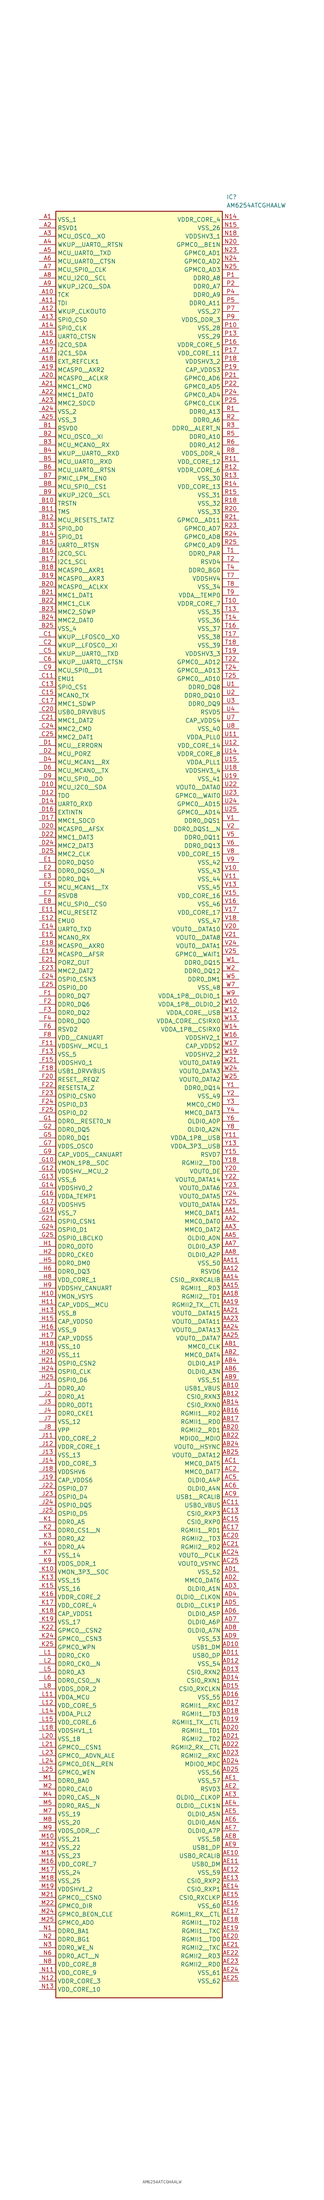
<source format=kicad_sym>
(kicad_symbol_lib
  (version 20211014)
  (generator SamacSys_ECAD_Model)
  (symbol "AM6254ATCGHAALW"
    (property "Reference" "IC"
      (at 57.15 7.62 0)
      (effects (font (size 1.27 1.27)) (justify left top)))
    (property "Value" "AM6254ATCGHAALW"
      (at 57.15 5.08 0)
      (effects (font (size 1.27 1.27)) (justify left top)))
    (rectangle
      (start 5.08 2.54)
      (end 55.88 -541.02)
      (stroke (width 0.254) (type default))
      (fill (type background)))
    (pin passive line
      (at 0 0 0)
      (length 5.08)
      (name "VSS_1" (effects (font (size 1.27 1.27))))
      (number "A1" (effects (font (size 1.27 1.27)))))
    (pin passive line
      (at 0 -2.54 0)
      (length 5.08)
      (name "RSVD1" (effects (font (size 1.27 1.27))))
      (number "A2" (effects (font (size 1.27 1.27)))))
    (pin passive line
      (at 0 -5.08 0)
      (length 5.08)
      (name "MCU_OSC0__XO" (effects (font (size 1.27 1.27))))
      (number "A3" (effects (font (size 1.27 1.27)))))
    (pin passive line
      (at 0 -7.62 0)
      (length 5.08)
      (name "WKUP__UART0__RTSN" (effects (font (size 1.27 1.27))))
      (number "A4" (effects (font (size 1.27 1.27)))))
    (pin passive line
      (at 0 -10.16 0)
      (length 5.08)
      (name "MCU_UART0__TXD" (effects (font (size 1.27 1.27))))
      (number "A5" (effects (font (size 1.27 1.27)))))
    (pin passive line
      (at 0 -12.7 0)
      (length 5.08)
      (name "MCU_UART0__CTSN" (effects (font (size 1.27 1.27))))
      (number "A6" (effects (font (size 1.27 1.27)))))
    (pin passive line
      (at 0 -15.24 0)
      (length 5.08)
      (name "MCU_SPI0__CLK" (effects (font (size 1.27 1.27))))
      (number "A7" (effects (font (size 1.27 1.27)))))
    (pin passive line
      (at 0 -17.78 0)
      (length 5.08)
      (name "MCU_I2C0__SCL" (effects (font (size 1.27 1.27))))
      (number "A8" (effects (font (size 1.27 1.27)))))
    (pin passive line
      (at 0 -20.32 0)
      (length 5.08)
      (name "WKUP_I2C0__SDA" (effects (font (size 1.27 1.27))))
      (number "A9" (effects (font (size 1.27 1.27)))))
    (pin passive line
      (at 0 -22.86 0)
      (length 5.08)
      (name "TCK" (effects (font (size 1.27 1.27))))
      (number "A10" (effects (font (size 1.27 1.27)))))
    (pin passive line
      (at 0 -25.4 0)
      (length 5.08)
      (name "TDI" (effects (font (size 1.27 1.27))))
      (number "A11" (effects (font (size 1.27 1.27)))))
    (pin passive line
      (at 0 -27.94 0)
      (length 5.08)
      (name "WKUP_CLKOUT0" (effects (font (size 1.27 1.27))))
      (number "A12" (effects (font (size 1.27 1.27)))))
    (pin passive line
      (at 0 -30.48 0)
      (length 5.08)
      (name "SPI0_CS0" (effects (font (size 1.27 1.27))))
      (number "A13" (effects (font (size 1.27 1.27)))))
    (pin passive line
      (at 0 -33.02 0)
      (length 5.08)
      (name "SPI0_CLK" (effects (font (size 1.27 1.27))))
      (number "A14" (effects (font (size 1.27 1.27)))))
    (pin passive line
      (at 0 -35.56 0)
      (length 5.08)
      (name "UART0_CTSN" (effects (font (size 1.27 1.27))))
      (number "A15" (effects (font (size 1.27 1.27)))))
    (pin passive line
      (at 0 -38.1 0)
      (length 5.08)
      (name "I2C0_SDA" (effects (font (size 1.27 1.27))))
      (number "A16" (effects (font (size 1.27 1.27)))))
    (pin passive line
      (at 0 -40.64 0)
      (length 5.08)
      (name "I2C1_SDA" (effects (font (size 1.27 1.27))))
      (number "A17" (effects (font (size 1.27 1.27)))))
    (pin passive line
      (at 0 -43.18 0)
      (length 5.08)
      (name "EXT_REFCLK1" (effects (font (size 1.27 1.27))))
      (number "A18" (effects (font (size 1.27 1.27)))))
    (pin passive line
      (at 0 -45.72 0)
      (length 5.08)
      (name "MCASP0__AXR2" (effects (font (size 1.27 1.27))))
      (number "A19" (effects (font (size 1.27 1.27)))))
    (pin passive line
      (at 0 -48.26 0)
      (length 5.08)
      (name "MCASP0__ACLKR" (effects (font (size 1.27 1.27))))
      (number "A20" (effects (font (size 1.27 1.27)))))
    (pin passive line
      (at 0 -50.8 0)
      (length 5.08)
      (name "MMC1_CMD" (effects (font (size 1.27 1.27))))
      (number "A21" (effects (font (size 1.27 1.27)))))
    (pin passive line
      (at 0 -53.34 0)
      (length 5.08)
      (name "MMC1_DAT0" (effects (font (size 1.27 1.27))))
      (number "A22" (effects (font (size 1.27 1.27)))))
    (pin passive line
      (at 0 -55.88 0)
      (length 5.08)
      (name "MMC2_SDCD" (effects (font (size 1.27 1.27))))
      (number "A23" (effects (font (size 1.27 1.27)))))
    (pin passive line
      (at 0 -58.42 0)
      (length 5.08)
      (name "VSS_2" (effects (font (size 1.27 1.27))))
      (number "A24" (effects (font (size 1.27 1.27)))))
    (pin passive line
      (at 0 -60.96 0)
      (length 5.08)
      (name "VSS_3" (effects (font (size 1.27 1.27))))
      (number "A25" (effects (font (size 1.27 1.27)))))
    (pin passive line
      (at 0 -63.5 0)
      (length 5.08)
      (name "RSVD0" (effects (font (size 1.27 1.27))))
      (number "B1" (effects (font (size 1.27 1.27)))))
    (pin passive line
      (at 0 -66.04 0)
      (length 5.08)
      (name "MCU_OSC0__XI" (effects (font (size 1.27 1.27))))
      (number "B2" (effects (font (size 1.27 1.27)))))
    (pin passive line
      (at 0 -68.58 0)
      (length 5.08)
      (name "MCU_MCAN0__RX" (effects (font (size 1.27 1.27))))
      (number "B3" (effects (font (size 1.27 1.27)))))
    (pin passive line
      (at 0 -71.12 0)
      (length 5.08)
      (name "WKUP__UART0__RXD" (effects (font (size 1.27 1.27))))
      (number "B4" (effects (font (size 1.27 1.27)))))
    (pin passive line
      (at 0 -73.66 0)
      (length 5.08)
      (name "MCU_UART0__RXD" (effects (font (size 1.27 1.27))))
      (number "B5" (effects (font (size 1.27 1.27)))))
    (pin passive line
      (at 0 -76.2 0)
      (length 5.08)
      (name "MCU_UART0__RTSN" (effects (font (size 1.27 1.27))))
      (number "B6" (effects (font (size 1.27 1.27)))))
    (pin passive line
      (at 0 -78.74 0)
      (length 5.08)
      (name "PMIC_LPM__EN0" (effects (font (size 1.27 1.27))))
      (number "B7" (effects (font (size 1.27 1.27)))))
    (pin passive line
      (at 0 -81.28 0)
      (length 5.08)
      (name "MCU_SPI0__CS1" (effects (font (size 1.27 1.27))))
      (number "B8" (effects (font (size 1.27 1.27)))))
    (pin passive line
      (at 0 -83.82 0)
      (length 5.08)
      (name "WKUP_I2C0__SCL" (effects (font (size 1.27 1.27))))
      (number "B9" (effects (font (size 1.27 1.27)))))
    (pin passive line
      (at 0 -86.36 0)
      (length 5.08)
      (name "TRSTN" (effects (font (size 1.27 1.27))))
      (number "B10" (effects (font (size 1.27 1.27)))))
    (pin passive line
      (at 0 -88.9 0)
      (length 5.08)
      (name "TMS" (effects (font (size 1.27 1.27))))
      (number "B11" (effects (font (size 1.27 1.27)))))
    (pin passive line
      (at 0 -91.44 0)
      (length 5.08)
      (name "MCU_RESETS_TATZ" (effects (font (size 1.27 1.27))))
      (number "B12" (effects (font (size 1.27 1.27)))))
    (pin passive line
      (at 0 -93.98 0)
      (length 5.08)
      (name "SPI0_D0" (effects (font (size 1.27 1.27))))
      (number "B13" (effects (font (size 1.27 1.27)))))
    (pin passive line
      (at 0 -96.52 0)
      (length 5.08)
      (name "SPI0_D1" (effects (font (size 1.27 1.27))))
      (number "B14" (effects (font (size 1.27 1.27)))))
    (pin passive line
      (at 0 -99.06 0)
      (length 5.08)
      (name "UART0__RTSN" (effects (font (size 1.27 1.27))))
      (number "B15" (effects (font (size 1.27 1.27)))))
    (pin passive line
      (at 0 -101.6 0)
      (length 5.08)
      (name "I2C0_SCL" (effects (font (size 1.27 1.27))))
      (number "B16" (effects (font (size 1.27 1.27)))))
    (pin passive line
      (at 0 -104.14 0)
      (length 5.08)
      (name "I2C1_SCL" (effects (font (size 1.27 1.27))))
      (number "B17" (effects (font (size 1.27 1.27)))))
    (pin passive line
      (at 0 -106.68 0)
      (length 5.08)
      (name "MCASP0__AXR1" (effects (font (size 1.27 1.27))))
      (number "B18" (effects (font (size 1.27 1.27)))))
    (pin passive line
      (at 0 -109.22 0)
      (length 5.08)
      (name "MCASP0__AXR3" (effects (font (size 1.27 1.27))))
      (number "B19" (effects (font (size 1.27 1.27)))))
    (pin passive line
      (at 0 -111.76 0)
      (length 5.08)
      (name "MCASP0__ACLKX" (effects (font (size 1.27 1.27))))
      (number "B20" (effects (font (size 1.27 1.27)))))
    (pin passive line
      (at 0 -114.3 0)
      (length 5.08)
      (name "MMC1_DAT1" (effects (font (size 1.27 1.27))))
      (number "B21" (effects (font (size 1.27 1.27)))))
    (pin passive line
      (at 0 -116.84 0)
      (length 5.08)
      (name "MMC1_CLK" (effects (font (size 1.27 1.27))))
      (number "B22" (effects (font (size 1.27 1.27)))))
    (pin passive line
      (at 0 -119.38 0)
      (length 5.08)
      (name "MMC2_SDWP" (effects (font (size 1.27 1.27))))
      (number "B23" (effects (font (size 1.27 1.27)))))
    (pin passive line
      (at 0 -121.92 0)
      (length 5.08)
      (name "MMC2_DAT0" (effects (font (size 1.27 1.27))))
      (number "B24" (effects (font (size 1.27 1.27)))))
    (pin passive line
      (at 0 -124.46 0)
      (length 5.08)
      (name "VSS_4" (effects (font (size 1.27 1.27))))
      (number "B25" (effects (font (size 1.27 1.27)))))
    (pin passive line
      (at 0 -127 0)
      (length 5.08)
      (name "WKUP__LFOSC0__XO" (effects (font (size 1.27 1.27))))
      (number "C1" (effects (font (size 1.27 1.27)))))
    (pin passive line
      (at 0 -129.54 0)
      (length 5.08)
      (name "WKUP__LFOSC0__XI" (effects (font (size 1.27 1.27))))
      (number "C2" (effects (font (size 1.27 1.27)))))
    (pin passive line
      (at 0 -132.08 0)
      (length 5.08)
      (name "WKUP__UART0__TXD" (effects (font (size 1.27 1.27))))
      (number "C5" (effects (font (size 1.27 1.27)))))
    (pin passive line
      (at 0 -134.62 0)
      (length 5.08)
      (name "WKUP__UART0__CTSN" (effects (font (size 1.27 1.27))))
      (number "C6" (effects (font (size 1.27 1.27)))))
    (pin passive line
      (at 0 -137.16 0)
      (length 5.08)
      (name "MCU_SPI0__D1" (effects (font (size 1.27 1.27))))
      (number "C9" (effects (font (size 1.27 1.27)))))
    (pin passive line
      (at 0 -139.7 0)
      (length 5.08)
      (name "EMU1" (effects (font (size 1.27 1.27))))
      (number "C11" (effects (font (size 1.27 1.27)))))
    (pin passive line
      (at 0 -142.24 0)
      (length 5.08)
      (name "SPI0_CS1" (effects (font (size 1.27 1.27))))
      (number "C13" (effects (font (size 1.27 1.27)))))
    (pin passive line
      (at 0 -144.78 0)
      (length 5.08)
      (name "MCAN0_TX" (effects (font (size 1.27 1.27))))
      (number "C15" (effects (font (size 1.27 1.27)))))
    (pin passive line
      (at 0 -147.32 0)
      (length 5.08)
      (name "MMC1_SDWP" (effects (font (size 1.27 1.27))))
      (number "C17" (effects (font (size 1.27 1.27)))))
    (pin passive line
      (at 0 -149.86 0)
      (length 5.08)
      (name "USB0_DRVVBUS" (effects (font (size 1.27 1.27))))
      (number "C20" (effects (font (size 1.27 1.27)))))
    (pin passive line
      (at 0 -152.4 0)
      (length 5.08)
      (name "MMC1_DAT2" (effects (font (size 1.27 1.27))))
      (number "C21" (effects (font (size 1.27 1.27)))))
    (pin passive line
      (at 0 -154.94 0)
      (length 5.08)
      (name "MMC2_CMD" (effects (font (size 1.27 1.27))))
      (number "C24" (effects (font (size 1.27 1.27)))))
    (pin passive line
      (at 0 -157.48 0)
      (length 5.08)
      (name "MMC2_DAT1" (effects (font (size 1.27 1.27))))
      (number "C25" (effects (font (size 1.27 1.27)))))
    (pin passive line
      (at 0 -160.02 0)
      (length 5.08)
      (name "MCU__ERRORN" (effects (font (size 1.27 1.27))))
      (number "D1" (effects (font (size 1.27 1.27)))))
    (pin passive line
      (at 0 -162.56 0)
      (length 5.08)
      (name "MCU_PORZ" (effects (font (size 1.27 1.27))))
      (number "D2" (effects (font (size 1.27 1.27)))))
    (pin passive line
      (at 0 -165.1 0)
      (length 5.08)
      (name "MCU_MCAN1__RX" (effects (font (size 1.27 1.27))))
      (number "D4" (effects (font (size 1.27 1.27)))))
    (pin passive line
      (at 0 -167.64 0)
      (length 5.08)
      (name "MCU_MCAN0__TX" (effects (font (size 1.27 1.27))))
      (number "D6" (effects (font (size 1.27 1.27)))))
    (pin passive line
      (at 0 -170.18 0)
      (length 5.08)
      (name "MCU_SPI0__D0" (effects (font (size 1.27 1.27))))
      (number "D9" (effects (font (size 1.27 1.27)))))
    (pin passive line
      (at 0 -172.72 0)
      (length 5.08)
      (name "MCU_I2C0__SDA" (effects (font (size 1.27 1.27))))
      (number "D10" (effects (font (size 1.27 1.27)))))
    (pin passive line
      (at 0 -175.26 0)
      (length 5.08)
      (name "TDO" (effects (font (size 1.27 1.27))))
      (number "D12" (effects (font (size 1.27 1.27)))))
    (pin passive line
      (at 0 -177.8 0)
      (length 5.08)
      (name "UART0_RXD" (effects (font (size 1.27 1.27))))
      (number "D14" (effects (font (size 1.27 1.27)))))
    (pin passive line
      (at 0 -180.34 0)
      (length 5.08)
      (name "EXTINTN" (effects (font (size 1.27 1.27))))
      (number "D16" (effects (font (size 1.27 1.27)))))
    (pin passive line
      (at 0 -182.88 0)
      (length 5.08)
      (name "MMC1_SDCD" (effects (font (size 1.27 1.27))))
      (number "D17" (effects (font (size 1.27 1.27)))))
    (pin passive line
      (at 0 -185.42 0)
      (length 5.08)
      (name "MCASP0__AFSX" (effects (font (size 1.27 1.27))))
      (number "D20" (effects (font (size 1.27 1.27)))))
    (pin passive line
      (at 0 -187.96 0)
      (length 5.08)
      (name "MMC1_DAT3" (effects (font (size 1.27 1.27))))
      (number "D22" (effects (font (size 1.27 1.27)))))
    (pin passive line
      (at 0 -190.5 0)
      (length 5.08)
      (name "MMC2_DAT3" (effects (font (size 1.27 1.27))))
      (number "D24" (effects (font (size 1.27 1.27)))))
    (pin passive line
      (at 0 -193.04 0)
      (length 5.08)
      (name "MMC2_CLK" (effects (font (size 1.27 1.27))))
      (number "D25" (effects (font (size 1.27 1.27)))))
    (pin passive line
      (at 0 -195.58 0)
      (length 5.08)
      (name "DDR0_DQS0" (effects (font (size 1.27 1.27))))
      (number "E1" (effects (font (size 1.27 1.27)))))
    (pin passive line
      (at 0 -198.12 0)
      (length 5.08)
      (name "DDR0_DQS0__N" (effects (font (size 1.27 1.27))))
      (number "E2" (effects (font (size 1.27 1.27)))))
    (pin passive line
      (at 0 -200.66 0)
      (length 5.08)
      (name "DDR0_DQ4" (effects (font (size 1.27 1.27))))
      (number "E3" (effects (font (size 1.27 1.27)))))
    (pin passive line
      (at 0 -203.2 0)
      (length 5.08)
      (name "MCU_MCAN1__TX" (effects (font (size 1.27 1.27))))
      (number "E5" (effects (font (size 1.27 1.27)))))
    (pin passive line
      (at 0 -205.74 0)
      (length 5.08)
      (name "RSVD8" (effects (font (size 1.27 1.27))))
      (number "E7" (effects (font (size 1.27 1.27)))))
    (pin passive line
      (at 0 -208.28 0)
      (length 5.08)
      (name "MCU_SPI0__CS0" (effects (font (size 1.27 1.27))))
      (number "E8" (effects (font (size 1.27 1.27)))))
    (pin passive line
      (at 0 -210.82 0)
      (length 5.08)
      (name "MCU_RESETZ" (effects (font (size 1.27 1.27))))
      (number "E11" (effects (font (size 1.27 1.27)))))
    (pin passive line
      (at 0 -213.36 0)
      (length 5.08)
      (name "EMU0" (effects (font (size 1.27 1.27))))
      (number "E12" (effects (font (size 1.27 1.27)))))
    (pin passive line
      (at 0 -215.9 0)
      (length 5.08)
      (name "UART0_TXD" (effects (font (size 1.27 1.27))))
      (number "E14" (effects (font (size 1.27 1.27)))))
    (pin passive line
      (at 0 -218.44 0)
      (length 5.08)
      (name "MCAN0_RX" (effects (font (size 1.27 1.27))))
      (number "E15" (effects (font (size 1.27 1.27)))))
    (pin passive line
      (at 0 -220.98 0)
      (length 5.08)
      (name "MCASP0__AXR0" (effects (font (size 1.27 1.27))))
      (number "E18" (effects (font (size 1.27 1.27)))))
    (pin passive line
      (at 0 -223.52 0)
      (length 5.08)
      (name "MCASP0__AFSR" (effects (font (size 1.27 1.27))))
      (number "E19" (effects (font (size 1.27 1.27)))))
    (pin passive line
      (at 0 -226.06 0)
      (length 5.08)
      (name "PORZ_OUT" (effects (font (size 1.27 1.27))))
      (number "E21" (effects (font (size 1.27 1.27)))))
    (pin passive line
      (at 0 -228.6 0)
      (length 5.08)
      (name "MMC2_DAT2" (effects (font (size 1.27 1.27))))
      (number "E23" (effects (font (size 1.27 1.27)))))
    (pin passive line
      (at 0 -231.14 0)
      (length 5.08)
      (name "OSPI0_CSN3" (effects (font (size 1.27 1.27))))
      (number "E24" (effects (font (size 1.27 1.27)))))
    (pin passive line
      (at 0 -233.68 0)
      (length 5.08)
      (name "OSPI0_D0" (effects (font (size 1.27 1.27))))
      (number "E25" (effects (font (size 1.27 1.27)))))
    (pin passive line
      (at 0 -236.22 0)
      (length 5.08)
      (name "DDR0_DQ7" (effects (font (size 1.27 1.27))))
      (number "F1" (effects (font (size 1.27 1.27)))))
    (pin passive line
      (at 0 -238.76 0)
      (length 5.08)
      (name "DDR0_DQ6" (effects (font (size 1.27 1.27))))
      (number "F2" (effects (font (size 1.27 1.27)))))
    (pin passive line
      (at 0 -241.3 0)
      (length 5.08)
      (name "DDR0_DQ2" (effects (font (size 1.27 1.27))))
      (number "F3" (effects (font (size 1.27 1.27)))))
    (pin passive line
      (at 0 -243.84 0)
      (length 5.08)
      (name "DDR0_DQ0" (effects (font (size 1.27 1.27))))
      (number "F4" (effects (font (size 1.27 1.27)))))
    (pin passive line
      (at 0 -246.38 0)
      (length 5.08)
      (name "RSVD2" (effects (font (size 1.27 1.27))))
      (number "F6" (effects (font (size 1.27 1.27)))))
    (pin passive line
      (at 0 -248.92 0)
      (length 5.08)
      (name "VDD__CANUART" (effects (font (size 1.27 1.27))))
      (number "F8" (effects (font (size 1.27 1.27)))))
    (pin passive line
      (at 0 -251.46 0)
      (length 5.08)
      (name "VDDSHV__MCU_1" (effects (font (size 1.27 1.27))))
      (number "F11" (effects (font (size 1.27 1.27)))))
    (pin passive line
      (at 0 -254 0)
      (length 5.08)
      (name "VSS_5" (effects (font (size 1.27 1.27))))
      (number "F13" (effects (font (size 1.27 1.27)))))
    (pin passive line
      (at 0 -256.54 0)
      (length 5.08)
      (name "VDDSHV0_1" (effects (font (size 1.27 1.27))))
      (number "F15" (effects (font (size 1.27 1.27)))))
    (pin passive line
      (at 0 -259.08 0)
      (length 5.08)
      (name "USB1_DRVVBUS" (effects (font (size 1.27 1.27))))
      (number "F18" (effects (font (size 1.27 1.27)))))
    (pin passive line
      (at 0 -261.62 0)
      (length 5.08)
      (name "RESET__REQZ" (effects (font (size 1.27 1.27))))
      (number "F20" (effects (font (size 1.27 1.27)))))
    (pin passive line
      (at 0 -264.16 0)
      (length 5.08)
      (name "RESETSTA_Z" (effects (font (size 1.27 1.27))))
      (number "F22" (effects (font (size 1.27 1.27)))))
    (pin passive line
      (at 0 -266.7 0)
      (length 5.08)
      (name "OSPI0_CSN0" (effects (font (size 1.27 1.27))))
      (number "F23" (effects (font (size 1.27 1.27)))))
    (pin passive line
      (at 0 -269.24 0)
      (length 5.08)
      (name "OSPI0_D3" (effects (font (size 1.27 1.27))))
      (number "F24" (effects (font (size 1.27 1.27)))))
    (pin passive line
      (at 0 -271.78 0)
      (length 5.08)
      (name "OSPI0_D2" (effects (font (size 1.27 1.27))))
      (number "F25" (effects (font (size 1.27 1.27)))))
    (pin passive line
      (at 0 -274.32 0)
      (length 5.08)
      (name "DDR0__RESET0_N" (effects (font (size 1.27 1.27))))
      (number "G1" (effects (font (size 1.27 1.27)))))
    (pin passive line
      (at 0 -276.86 0)
      (length 5.08)
      (name "DDR0_DQ5" (effects (font (size 1.27 1.27))))
      (number "G2" (effects (font (size 1.27 1.27)))))
    (pin passive line
      (at 0 -279.4 0)
      (length 5.08)
      (name "DDR0_DQ1" (effects (font (size 1.27 1.27))))
      (number "G5" (effects (font (size 1.27 1.27)))))
    (pin passive line
      (at 0 -281.94 0)
      (length 5.08)
      (name "VDDS_OSC0" (effects (font (size 1.27 1.27))))
      (number "G7" (effects (font (size 1.27 1.27)))))
    (pin passive line
      (at 0 -284.48 0)
      (length 5.08)
      (name "CAP_VDDS__CANUART" (effects (font (size 1.27 1.27))))
      (number "G9" (effects (font (size 1.27 1.27)))))
    (pin passive line
      (at 0 -287.02 0)
      (length 5.08)
      (name "VMON_1P8__SOC" (effects (font (size 1.27 1.27))))
      (number "G10" (effects (font (size 1.27 1.27)))))
    (pin passive line
      (at 0 -289.56 0)
      (length 5.08)
      (name "VDDSHV__MCU_2" (effects (font (size 1.27 1.27))))
      (number "G12" (effects (font (size 1.27 1.27)))))
    (pin passive line
      (at 0 -292.1 0)
      (length 5.08)
      (name "VSS_6" (effects (font (size 1.27 1.27))))
      (number "G13" (effects (font (size 1.27 1.27)))))
    (pin passive line
      (at 0 -294.64 0)
      (length 5.08)
      (name "VDDSHV0_2" (effects (font (size 1.27 1.27))))
      (number "G14" (effects (font (size 1.27 1.27)))))
    (pin passive line
      (at 0 -297.18 0)
      (length 5.08)
      (name "VDDA_TEMP1" (effects (font (size 1.27 1.27))))
      (number "G16" (effects (font (size 1.27 1.27)))))
    (pin passive line
      (at 0 -299.72 0)
      (length 5.08)
      (name "VDDSHV5" (effects (font (size 1.27 1.27))))
      (number "G17" (effects (font (size 1.27 1.27)))))
    (pin passive line
      (at 0 -302.26 0)
      (length 5.08)
      (name "VSS_7" (effects (font (size 1.27 1.27))))
      (number "G19" (effects (font (size 1.27 1.27)))))
    (pin passive line
      (at 0 -304.8 0)
      (length 5.08)
      (name "OSPI0_CSN1" (effects (font (size 1.27 1.27))))
      (number "G21" (effects (font (size 1.27 1.27)))))
    (pin passive line
      (at 0 -307.34 0)
      (length 5.08)
      (name "OSPI0_D1" (effects (font (size 1.27 1.27))))
      (number "G24" (effects (font (size 1.27 1.27)))))
    (pin passive line
      (at 0 -309.88 0)
      (length 5.08)
      (name "OSPI0_LBCLKO" (effects (font (size 1.27 1.27))))
      (number "G25" (effects (font (size 1.27 1.27)))))
    (pin passive line
      (at 0 -312.42 0)
      (length 5.08)
      (name "DDR0_ODT0" (effects (font (size 1.27 1.27))))
      (number "H1" (effects (font (size 1.27 1.27)))))
    (pin passive line
      (at 0 -314.96 0)
      (length 5.08)
      (name "DDR0_CKE0" (effects (font (size 1.27 1.27))))
      (number "H2" (effects (font (size 1.27 1.27)))))
    (pin passive line
      (at 0 -317.5 0)
      (length 5.08)
      (name "DDR0_DM0" (effects (font (size 1.27 1.27))))
      (number "H5" (effects (font (size 1.27 1.27)))))
    (pin passive line
      (at 0 -320.04 0)
      (length 5.08)
      (name "DDR0_DQ3" (effects (font (size 1.27 1.27))))
      (number "H6" (effects (font (size 1.27 1.27)))))
    (pin passive line
      (at 0 -322.58 0)
      (length 5.08)
      (name "VDD_CORE_1" (effects (font (size 1.27 1.27))))
      (number "H8" (effects (font (size 1.27 1.27)))))
    (pin passive line
      (at 0 -325.12 0)
      (length 5.08)
      (name "VDDSHV_CANUART" (effects (font (size 1.27 1.27))))
      (number "H9" (effects (font (size 1.27 1.27)))))
    (pin passive line
      (at 0 -327.66 0)
      (length 5.08)
      (name "VMON_VSYS" (effects (font (size 1.27 1.27))))
      (number "H10" (effects (font (size 1.27 1.27)))))
    (pin passive line
      (at 0 -330.2 0)
      (length 5.08)
      (name "CAP_VDDS__MCU" (effects (font (size 1.27 1.27))))
      (number "H11" (effects (font (size 1.27 1.27)))))
    (pin passive line
      (at 0 -332.74 0)
      (length 5.08)
      (name "VSS_8" (effects (font (size 1.27 1.27))))
      (number "H13" (effects (font (size 1.27 1.27)))))
    (pin passive line
      (at 0 -335.28 0)
      (length 5.08)
      (name "CAP_VDDS0" (effects (font (size 1.27 1.27))))
      (number "H15" (effects (font (size 1.27 1.27)))))
    (pin passive line
      (at 0 -337.82 0)
      (length 5.08)
      (name "VSS_9" (effects (font (size 1.27 1.27))))
      (number "H16" (effects (font (size 1.27 1.27)))))
    (pin passive line
      (at 0 -340.36 0)
      (length 5.08)
      (name "CAP_VDDS5" (effects (font (size 1.27 1.27))))
      (number "H17" (effects (font (size 1.27 1.27)))))
    (pin passive line
      (at 0 -342.9 0)
      (length 5.08)
      (name "VSS_10" (effects (font (size 1.27 1.27))))
      (number "H18" (effects (font (size 1.27 1.27)))))
    (pin passive line
      (at 0 -345.44 0)
      (length 5.08)
      (name "VSS_11" (effects (font (size 1.27 1.27))))
      (number "H20" (effects (font (size 1.27 1.27)))))
    (pin passive line
      (at 0 -347.98 0)
      (length 5.08)
      (name "OSPI0_CSN2" (effects (font (size 1.27 1.27))))
      (number "H21" (effects (font (size 1.27 1.27)))))
    (pin passive line
      (at 0 -350.52 0)
      (length 5.08)
      (name "OSPI0_CLK" (effects (font (size 1.27 1.27))))
      (number "H24" (effects (font (size 1.27 1.27)))))
    (pin passive line
      (at 0 -353.06 0)
      (length 5.08)
      (name "OSPI0_D6" (effects (font (size 1.27 1.27))))
      (number "H25" (effects (font (size 1.27 1.27)))))
    (pin passive line
      (at 0 -355.6 0)
      (length 5.08)
      (name "DDR0_A0" (effects (font (size 1.27 1.27))))
      (number "J1" (effects (font (size 1.27 1.27)))))
    (pin passive line
      (at 0 -358.14 0)
      (length 5.08)
      (name "DDR0_A1" (effects (font (size 1.27 1.27))))
      (number "J2" (effects (font (size 1.27 1.27)))))
    (pin passive line
      (at 0 -360.68 0)
      (length 5.08)
      (name "DDR0_ODT1" (effects (font (size 1.27 1.27))))
      (number "J3" (effects (font (size 1.27 1.27)))))
    (pin passive line
      (at 0 -363.22 0)
      (length 5.08)
      (name "DDR0_CKE1" (effects (font (size 1.27 1.27))))
      (number "J4" (effects (font (size 1.27 1.27)))))
    (pin passive line
      (at 0 -365.76 0)
      (length 5.08)
      (name "VSS_12" (effects (font (size 1.27 1.27))))
      (number "J7" (effects (font (size 1.27 1.27)))))
    (pin passive line
      (at 0 -368.3 0)
      (length 5.08)
      (name "VPP" (effects (font (size 1.27 1.27))))
      (number "J8" (effects (font (size 1.27 1.27)))))
    (pin passive line
      (at 0 -370.84 0)
      (length 5.08)
      (name "VDD_CORE_2" (effects (font (size 1.27 1.27))))
      (number "J11" (effects (font (size 1.27 1.27)))))
    (pin passive line
      (at 0 -373.38 0)
      (length 5.08)
      (name "VDDR_CORE_1" (effects (font (size 1.27 1.27))))
      (number "J12" (effects (font (size 1.27 1.27)))))
    (pin passive line
      (at 0 -375.92 0)
      (length 5.08)
      (name "VSS_13" (effects (font (size 1.27 1.27))))
      (number "J13" (effects (font (size 1.27 1.27)))))
    (pin passive line
      (at 0 -378.46 0)
      (length 5.08)
      (name "VDD_CORE_3" (effects (font (size 1.27 1.27))))
      (number "J14" (effects (font (size 1.27 1.27)))))
    (pin passive line
      (at 0 -381 0)
      (length 5.08)
      (name "VDDSHV6" (effects (font (size 1.27 1.27))))
      (number "J18" (effects (font (size 1.27 1.27)))))
    (pin passive line
      (at 0 -383.54 0)
      (length 5.08)
      (name "CAP_VDDS6" (effects (font (size 1.27 1.27))))
      (number "J19" (effects (font (size 1.27 1.27)))))
    (pin passive line
      (at 0 -386.08 0)
      (length 5.08)
      (name "OSPI0_D7" (effects (font (size 1.27 1.27))))
      (number "J22" (effects (font (size 1.27 1.27)))))
    (pin passive line
      (at 0 -388.62 0)
      (length 5.08)
      (name "OSPI0_D4" (effects (font (size 1.27 1.27))))
      (number "J23" (effects (font (size 1.27 1.27)))))
    (pin passive line
      (at 0 -391.16 0)
      (length 5.08)
      (name "OSPI0_DQS" (effects (font (size 1.27 1.27))))
      (number "J24" (effects (font (size 1.27 1.27)))))
    (pin passive line
      (at 0 -393.7 0)
      (length 5.08)
      (name "OSPI0_D5" (effects (font (size 1.27 1.27))))
      (number "J25" (effects (font (size 1.27 1.27)))))
    (pin passive line
      (at 0 -396.24 0)
      (length 5.08)
      (name "DDR0_A5" (effects (font (size 1.27 1.27))))
      (number "K1" (effects (font (size 1.27 1.27)))))
    (pin passive line
      (at 0 -398.78 0)
      (length 5.08)
      (name "DDR0_CS1__N" (effects (font (size 1.27 1.27))))
      (number "K2" (effects (font (size 1.27 1.27)))))
    (pin passive line
      (at 0 -401.32 0)
      (length 5.08)
      (name "DDR0_A2" (effects (font (size 1.27 1.27))))
      (number "K3" (effects (font (size 1.27 1.27)))))
    (pin passive line
      (at 0 -403.86 0)
      (length 5.08)
      (name "DDR0_A4" (effects (font (size 1.27 1.27))))
      (number "K4" (effects (font (size 1.27 1.27)))))
    (pin passive line
      (at 0 -406.4 0)
      (length 5.08)
      (name "VSS_14" (effects (font (size 1.27 1.27))))
      (number "K7" (effects (font (size 1.27 1.27)))))
    (pin passive line
      (at 0 -408.94 0)
      (length 5.08)
      (name "VDDS_DDR_1" (effects (font (size 1.27 1.27))))
      (number "K9" (effects (font (size 1.27 1.27)))))
    (pin passive line
      (at 0 -411.48 0)
      (length 5.08)
      (name "VMON_3P3__SOC" (effects (font (size 1.27 1.27))))
      (number "K10" (effects (font (size 1.27 1.27)))))
    (pin passive line
      (at 0 -414.02 0)
      (length 5.08)
      (name "VSS_15" (effects (font (size 1.27 1.27))))
      (number "K13" (effects (font (size 1.27 1.27)))))
    (pin passive line
      (at 0 -416.56 0)
      (length 5.08)
      (name "VSS_16" (effects (font (size 1.27 1.27))))
      (number "K15" (effects (font (size 1.27 1.27)))))
    (pin passive line
      (at 0 -419.1 0)
      (length 5.08)
      (name "VDDR_CORE_2" (effects (font (size 1.27 1.27))))
      (number "K16" (effects (font (size 1.27 1.27)))))
    (pin passive line
      (at 0 -421.64 0)
      (length 5.08)
      (name "VDD_CORE_4" (effects (font (size 1.27 1.27))))
      (number "K17" (effects (font (size 1.27 1.27)))))
    (pin passive line
      (at 0 -424.18 0)
      (length 5.08)
      (name "CAP_VDDS1" (effects (font (size 1.27 1.27))))
      (number "K18" (effects (font (size 1.27 1.27)))))
    (pin passive line
      (at 0 -426.72 0)
      (length 5.08)
      (name "VSS_17" (effects (font (size 1.27 1.27))))
      (number "K19" (effects (font (size 1.27 1.27)))))
    (pin passive line
      (at 0 -429.26 0)
      (length 5.08)
      (name "GPMC0__CSN2" (effects (font (size 1.27 1.27))))
      (number "K22" (effects (font (size 1.27 1.27)))))
    (pin passive line
      (at 0 -431.8 0)
      (length 5.08)
      (name "GPMC0__CSN3" (effects (font (size 1.27 1.27))))
      (number "K24" (effects (font (size 1.27 1.27)))))
    (pin passive line
      (at 0 -434.34 0)
      (length 5.08)
      (name "GPMC0_WPN" (effects (font (size 1.27 1.27))))
      (number "K25" (effects (font (size 1.27 1.27)))))
    (pin passive line
      (at 0 -436.88 0)
      (length 5.08)
      (name "DDR0_CK0" (effects (font (size 1.27 1.27))))
      (number "L1" (effects (font (size 1.27 1.27)))))
    (pin passive line
      (at 0 -439.42 0)
      (length 5.08)
      (name "DDR0_CK0__N" (effects (font (size 1.27 1.27))))
      (number "L2" (effects (font (size 1.27 1.27)))))
    (pin passive line
      (at 0 -441.96 0)
      (length 5.08)
      (name "DDR0_A3" (effects (font (size 1.27 1.27))))
      (number "L5" (effects (font (size 1.27 1.27)))))
    (pin passive line
      (at 0 -444.5 0)
      (length 5.08)
      (name "DDR0_CS0__N" (effects (font (size 1.27 1.27))))
      (number "L6" (effects (font (size 1.27 1.27)))))
    (pin passive line
      (at 0 -447.04 0)
      (length 5.08)
      (name "VDDS_DDR_2" (effects (font (size 1.27 1.27))))
      (number "L8" (effects (font (size 1.27 1.27)))))
    (pin passive line
      (at 0 -449.58 0)
      (length 5.08)
      (name "VDDA_MCU" (effects (font (size 1.27 1.27))))
      (number "L11" (effects (font (size 1.27 1.27)))))
    (pin passive line
      (at 0 -452.12 0)
      (length 5.08)
      (name "VDD_CORE_5" (effects (font (size 1.27 1.27))))
      (number "L12" (effects (font (size 1.27 1.27)))))
    (pin passive line
      (at 0 -454.66 0)
      (length 5.08)
      (name "VDDA_PLL2" (effects (font (size 1.27 1.27))))
      (number "L14" (effects (font (size 1.27 1.27)))))
    (pin passive line
      (at 0 -457.2 0)
      (length 5.08)
      (name "VDD_CORE_6" (effects (font (size 1.27 1.27))))
      (number "L15" (effects (font (size 1.27 1.27)))))
    (pin passive line
      (at 0 -459.74 0)
      (length 5.08)
      (name "VDDSHV1_1" (effects (font (size 1.27 1.27))))
      (number "L18" (effects (font (size 1.27 1.27)))))
    (pin passive line
      (at 0 -462.28 0)
      (length 5.08)
      (name "VSS_18" (effects (font (size 1.27 1.27))))
      (number "L20" (effects (font (size 1.27 1.27)))))
    (pin passive line
      (at 0 -464.82 0)
      (length 5.08)
      (name "GPMC0__CSN1" (effects (font (size 1.27 1.27))))
      (number "L21" (effects (font (size 1.27 1.27)))))
    (pin passive line
      (at 0 -467.36 0)
      (length 5.08)
      (name "GPMC0__ADVN_ALE" (effects (font (size 1.27 1.27))))
      (number "L23" (effects (font (size 1.27 1.27)))))
    (pin passive line
      (at 0 -469.9 0)
      (length 5.08)
      (name "GPMC0_OEN__REN" (effects (font (size 1.27 1.27))))
      (number "L24" (effects (font (size 1.27 1.27)))))
    (pin passive line
      (at 0 -472.44 0)
      (length 5.08)
      (name "GPMC0_WEN" (effects (font (size 1.27 1.27))))
      (number "L25" (effects (font (size 1.27 1.27)))))
    (pin passive line
      (at 0 -474.98 0)
      (length 5.08)
      (name "DDR0_BA0" (effects (font (size 1.27 1.27))))
      (number "M1" (effects (font (size 1.27 1.27)))))
    (pin passive line
      (at 0 -477.52 0)
      (length 5.08)
      (name "DDR0_CAL0" (effects (font (size 1.27 1.27))))
      (number "M2" (effects (font (size 1.27 1.27)))))
    (pin passive line
      (at 0 -480.06 0)
      (length 5.08)
      (name "DDR0_CAS__N" (effects (font (size 1.27 1.27))))
      (number "M4" (effects (font (size 1.27 1.27)))))
    (pin passive line
      (at 0 -482.6 0)
      (length 5.08)
      (name "DDR0_RAS__N" (effects (font (size 1.27 1.27))))
      (number "M5" (effects (font (size 1.27 1.27)))))
    (pin passive line
      (at 0 -485.14 0)
      (length 5.08)
      (name "VSS_19" (effects (font (size 1.27 1.27))))
      (number "M7" (effects (font (size 1.27 1.27)))))
    (pin passive line
      (at 0 -487.68 0)
      (length 5.08)
      (name "VSS_20" (effects (font (size 1.27 1.27))))
      (number "M8" (effects (font (size 1.27 1.27)))))
    (pin passive line
      (at 0 -490.22 0)
      (length 5.08)
      (name "VDDS_DDR__C" (effects (font (size 1.27 1.27))))
      (number "M9" (effects (font (size 1.27 1.27)))))
    (pin passive line
      (at 0 -492.76 0)
      (length 5.08)
      (name "VSS_21" (effects (font (size 1.27 1.27))))
      (number "M10" (effects (font (size 1.27 1.27)))))
    (pin passive line
      (at 0 -495.3 0)
      (length 5.08)
      (name "VSS_22" (effects (font (size 1.27 1.27))))
      (number "M12" (effects (font (size 1.27 1.27)))))
    (pin passive line
      (at 0 -497.84 0)
      (length 5.08)
      (name "VSS_23" (effects (font (size 1.27 1.27))))
      (number "M13" (effects (font (size 1.27 1.27)))))
    (pin passive line
      (at 0 -500.38 0)
      (length 5.08)
      (name "VDD_CORE_7" (effects (font (size 1.27 1.27))))
      (number "M16" (effects (font (size 1.27 1.27)))))
    (pin passive line
      (at 0 -502.92 0)
      (length 5.08)
      (name "VSS_24" (effects (font (size 1.27 1.27))))
      (number "M17" (effects (font (size 1.27 1.27)))))
    (pin passive line
      (at 0 -505.46 0)
      (length 5.08)
      (name "VSS_25" (effects (font (size 1.27 1.27))))
      (number "M18" (effects (font (size 1.27 1.27)))))
    (pin passive line
      (at 0 -508 0)
      (length 5.08)
      (name "VDDSHV1_2" (effects (font (size 1.27 1.27))))
      (number "M19" (effects (font (size 1.27 1.27)))))
    (pin passive line
      (at 0 -510.54 0)
      (length 5.08)
      (name "GPMC0__CSN0" (effects (font (size 1.27 1.27))))
      (number "M21" (effects (font (size 1.27 1.27)))))
    (pin passive line
      (at 0 -513.08 0)
      (length 5.08)
      (name "GPMC0_DIR" (effects (font (size 1.27 1.27))))
      (number "M22" (effects (font (size 1.27 1.27)))))
    (pin passive line
      (at 0 -515.62 0)
      (length 5.08)
      (name "GPMC0_BE0N_CLE" (effects (font (size 1.27 1.27))))
      (number "M24" (effects (font (size 1.27 1.27)))))
    (pin passive line
      (at 0 -518.16 0)
      (length 5.08)
      (name "GPMC0_AD0" (effects (font (size 1.27 1.27))))
      (number "M25" (effects (font (size 1.27 1.27)))))
    (pin passive line
      (at 0 -520.7 0)
      (length 5.08)
      (name "DDR0_BA1" (effects (font (size 1.27 1.27))))
      (number "N1" (effects (font (size 1.27 1.27)))))
    (pin passive line
      (at 0 -523.24 0)
      (length 5.08)
      (name "DDR0_BG1" (effects (font (size 1.27 1.27))))
      (number "N2" (effects (font (size 1.27 1.27)))))
    (pin passive line
      (at 0 -525.78 0)
      (length 5.08)
      (name "DDR0_WE_N" (effects (font (size 1.27 1.27))))
      (number "N3" (effects (font (size 1.27 1.27)))))
    (pin passive line
      (at 0 -528.32 0)
      (length 5.08)
      (name "DDR0_ACT__N" (effects (font (size 1.27 1.27))))
      (number "N6" (effects (font (size 1.27 1.27)))))
    (pin passive line
      (at 0 -530.86 0)
      (length 5.08)
      (name "VDD_CORE_8" (effects (font (size 1.27 1.27))))
      (number "N8" (effects (font (size 1.27 1.27)))))
    (pin passive line
      (at 0 -533.4 0)
      (length 5.08)
      (name "VDD_CORE_9" (effects (font (size 1.27 1.27))))
      (number "N11" (effects (font (size 1.27 1.27)))))
    (pin passive line
      (at 0 -535.94 0)
      (length 5.08)
      (name "VDDR_CORE_3" (effects (font (size 1.27 1.27))))
      (number "N12" (effects (font (size 1.27 1.27)))))
    (pin passive line
      (at 0 -538.48 0)
      (length 5.08)
      (name "VDD_CORE_10" (effects (font (size 1.27 1.27))))
      (number "N13" (effects (font (size 1.27 1.27)))))
    (pin passive line
      (at 60.96 0 180)
      (length 5.08)
      (name "VDDR_CORE_4" (effects (font (size 1.27 1.27))))
      (number "N14" (effects (font (size 1.27 1.27)))))
    (pin passive line
      (at 60.96 -2.54 180)
      (length 5.08)
      (name "VSS_26" (effects (font (size 1.27 1.27))))
      (number "N15" (effects (font (size 1.27 1.27)))))
    (pin passive line
      (at 60.96 -5.08 180)
      (length 5.08)
      (name "VDDSHV3_1" (effects (font (size 1.27 1.27))))
      (number "N18" (effects (font (size 1.27 1.27)))))
    (pin passive line
      (at 60.96 -7.62 180)
      (length 5.08)
      (name "GPMC0__BE1N" (effects (font (size 1.27 1.27))))
      (number "N20" (effects (font (size 1.27 1.27)))))
    (pin passive line
      (at 60.96 -10.16 180)
      (length 5.08)
      (name "GPMC0_AD1" (effects (font (size 1.27 1.27))))
      (number "N23" (effects (font (size 1.27 1.27)))))
    (pin passive line
      (at 60.96 -12.7 180)
      (length 5.08)
      (name "GPMC0_AD2" (effects (font (size 1.27 1.27))))
      (number "N24" (effects (font (size 1.27 1.27)))))
    (pin passive line
      (at 60.96 -15.24 180)
      (length 5.08)
      (name "GPMC0_AD3" (effects (font (size 1.27 1.27))))
      (number "N25" (effects (font (size 1.27 1.27)))))
    (pin passive line
      (at 60.96 -17.78 180)
      (length 5.08)
      (name "DDR0_A8" (effects (font (size 1.27 1.27))))
      (number "P1" (effects (font (size 1.27 1.27)))))
    (pin passive line
      (at 60.96 -20.32 180)
      (length 5.08)
      (name "DDR0_A7" (effects (font (size 1.27 1.27))))
      (number "P2" (effects (font (size 1.27 1.27)))))
    (pin passive line
      (at 60.96 -22.86 180)
      (length 5.08)
      (name "DDR0_A9" (effects (font (size 1.27 1.27))))
      (number "P4" (effects (font (size 1.27 1.27)))))
    (pin passive line
      (at 60.96 -25.4 180)
      (length 5.08)
      (name "DDR0_A11" (effects (font (size 1.27 1.27))))
      (number "P5" (effects (font (size 1.27 1.27)))))
    (pin passive line
      (at 60.96 -27.94 180)
      (length 5.08)
      (name "VSS_27" (effects (font (size 1.27 1.27))))
      (number "P7" (effects (font (size 1.27 1.27)))))
    (pin passive line
      (at 60.96 -30.48 180)
      (length 5.08)
      (name "VDDS_DDR_3" (effects (font (size 1.27 1.27))))
      (number "P9" (effects (font (size 1.27 1.27)))))
    (pin passive line
      (at 60.96 -33.02 180)
      (length 5.08)
      (name "VSS_28" (effects (font (size 1.27 1.27))))
      (number "P10" (effects (font (size 1.27 1.27)))))
    (pin passive line
      (at 60.96 -35.56 180)
      (length 5.08)
      (name "VSS_29" (effects (font (size 1.27 1.27))))
      (number "P13" (effects (font (size 1.27 1.27)))))
    (pin passive line
      (at 60.96 -38.1 180)
      (length 5.08)
      (name "VDDR_CORE_5" (effects (font (size 1.27 1.27))))
      (number "P16" (effects (font (size 1.27 1.27)))))
    (pin passive line
      (at 60.96 -40.64 180)
      (length 5.08)
      (name "VDD_CORE_11" (effects (font (size 1.27 1.27))))
      (number "P17" (effects (font (size 1.27 1.27)))))
    (pin passive line
      (at 60.96 -43.18 180)
      (length 5.08)
      (name "VDDSHV3_2" (effects (font (size 1.27 1.27))))
      (number "P18" (effects (font (size 1.27 1.27)))))
    (pin passive line
      (at 60.96 -45.72 180)
      (length 5.08)
      (name "CAP_VDDS3" (effects (font (size 1.27 1.27))))
      (number "P19" (effects (font (size 1.27 1.27)))))
    (pin passive line
      (at 60.96 -48.26 180)
      (length 5.08)
      (name "GPMC0_AD6" (effects (font (size 1.27 1.27))))
      (number "P21" (effects (font (size 1.27 1.27)))))
    (pin passive line
      (at 60.96 -50.8 180)
      (length 5.08)
      (name "GPMC0_AD5" (effects (font (size 1.27 1.27))))
      (number "P22" (effects (font (size 1.27 1.27)))))
    (pin passive line
      (at 60.96 -53.34 180)
      (length 5.08)
      (name "GPMC0_AD4" (effects (font (size 1.27 1.27))))
      (number "P24" (effects (font (size 1.27 1.27)))))
    (pin passive line
      (at 60.96 -55.88 180)
      (length 5.08)
      (name "GPMC0_CLK" (effects (font (size 1.27 1.27))))
      (number "P25" (effects (font (size 1.27 1.27)))))
    (pin passive line
      (at 60.96 -58.42 180)
      (length 5.08)
      (name "DDR0_A13" (effects (font (size 1.27 1.27))))
      (number "R1" (effects (font (size 1.27 1.27)))))
    (pin passive line
      (at 60.96 -60.96 180)
      (length 5.08)
      (name "DDR0_A6" (effects (font (size 1.27 1.27))))
      (number "R2" (effects (font (size 1.27 1.27)))))
    (pin passive line
      (at 60.96 -63.5 180)
      (length 5.08)
      (name "DDR0__ALERT_N" (effects (font (size 1.27 1.27))))
      (number "R3" (effects (font (size 1.27 1.27)))))
    (pin passive line
      (at 60.96 -66.04 180)
      (length 5.08)
      (name "DDR0_A10" (effects (font (size 1.27 1.27))))
      (number "R5" (effects (font (size 1.27 1.27)))))
    (pin passive line
      (at 60.96 -68.58 180)
      (length 5.08)
      (name "DDR0_A12" (effects (font (size 1.27 1.27))))
      (number "R6" (effects (font (size 1.27 1.27)))))
    (pin passive line
      (at 60.96 -71.12 180)
      (length 5.08)
      (name "VDDS_DDR_4" (effects (font (size 1.27 1.27))))
      (number "R8" (effects (font (size 1.27 1.27)))))
    (pin passive line
      (at 60.96 -73.66 180)
      (length 5.08)
      (name "VDD_CORE_12" (effects (font (size 1.27 1.27))))
      (number "R11" (effects (font (size 1.27 1.27)))))
    (pin passive line
      (at 60.96 -76.2 180)
      (length 5.08)
      (name "VDDR_CORE_6" (effects (font (size 1.27 1.27))))
      (number "R12" (effects (font (size 1.27 1.27)))))
    (pin passive line
      (at 60.96 -78.74 180)
      (length 5.08)
      (name "VSS_30" (effects (font (size 1.27 1.27))))
      (number "R13" (effects (font (size 1.27 1.27)))))
    (pin passive line
      (at 60.96 -81.28 180)
      (length 5.08)
      (name "VDD_CORE_13" (effects (font (size 1.27 1.27))))
      (number "R14" (effects (font (size 1.27 1.27)))))
    (pin passive line
      (at 60.96 -83.82 180)
      (length 5.08)
      (name "VSS_31" (effects (font (size 1.27 1.27))))
      (number "R15" (effects (font (size 1.27 1.27)))))
    (pin passive line
      (at 60.96 -86.36 180)
      (length 5.08)
      (name "VSS_32" (effects (font (size 1.27 1.27))))
      (number "R18" (effects (font (size 1.27 1.27)))))
    (pin passive line
      (at 60.96 -88.9 180)
      (length 5.08)
      (name "VSS_33" (effects (font (size 1.27 1.27))))
      (number "R20" (effects (font (size 1.27 1.27)))))
    (pin passive line
      (at 60.96 -91.44 180)
      (length 5.08)
      (name "GPMC0__AD11" (effects (font (size 1.27 1.27))))
      (number "R21" (effects (font (size 1.27 1.27)))))
    (pin passive line
      (at 60.96 -93.98 180)
      (length 5.08)
      (name "GPMC0_AD7" (effects (font (size 1.27 1.27))))
      (number "R23" (effects (font (size 1.27 1.27)))))
    (pin passive line
      (at 60.96 -96.52 180)
      (length 5.08)
      (name "GPMC0_AD8" (effects (font (size 1.27 1.27))))
      (number "R24" (effects (font (size 1.27 1.27)))))
    (pin passive line
      (at 60.96 -99.06 180)
      (length 5.08)
      (name "GPMC0_AD9" (effects (font (size 1.27 1.27))))
      (number "R25" (effects (font (size 1.27 1.27)))))
    (pin passive line
      (at 60.96 -101.6 180)
      (length 5.08)
      (name "DDR0_PAR" (effects (font (size 1.27 1.27))))
      (number "T1" (effects (font (size 1.27 1.27)))))
    (pin passive line
      (at 60.96 -104.14 180)
      (length 5.08)
      (name "RSVD4" (effects (font (size 1.27 1.27))))
      (number "T2" (effects (font (size 1.27 1.27)))))
    (pin passive line
      (at 60.96 -106.68 180)
      (length 5.08)
      (name "DDR0_BG0" (effects (font (size 1.27 1.27))))
      (number "T4" (effects (font (size 1.27 1.27)))))
    (pin passive line
      (at 60.96 -109.22 180)
      (length 5.08)
      (name "VDDSHV4" (effects (font (size 1.27 1.27))))
      (number "T7" (effects (font (size 1.27 1.27)))))
    (pin passive line
      (at 60.96 -111.76 180)
      (length 5.08)
      (name "VSS_34" (effects (font (size 1.27 1.27))))
      (number "T8" (effects (font (size 1.27 1.27)))))
    (pin passive line
      (at 60.96 -114.3 180)
      (length 5.08)
      (name "VDDA__TEMP0" (effects (font (size 1.27 1.27))))
      (number "T9" (effects (font (size 1.27 1.27)))))
    (pin passive line
      (at 60.96 -116.84 180)
      (length 5.08)
      (name "VDDR_CORE_7" (effects (font (size 1.27 1.27))))
      (number "T10" (effects (font (size 1.27 1.27)))))
    (pin passive line
      (at 60.96 -119.38 180)
      (length 5.08)
      (name "VSS_35" (effects (font (size 1.27 1.27))))
      (number "T13" (effects (font (size 1.27 1.27)))))
    (pin passive line
      (at 60.96 -121.92 180)
      (length 5.08)
      (name "VSS_36" (effects (font (size 1.27 1.27))))
      (number "T14" (effects (font (size 1.27 1.27)))))
    (pin passive line
      (at 60.96 -124.46 180)
      (length 5.08)
      (name "VSS_37" (effects (font (size 1.27 1.27))))
      (number "T16" (effects (font (size 1.27 1.27)))))
    (pin passive line
      (at 60.96 -127 180)
      (length 5.08)
      (name "VSS_38" (effects (font (size 1.27 1.27))))
      (number "T17" (effects (font (size 1.27 1.27)))))
    (pin passive line
      (at 60.96 -129.54 180)
      (length 5.08)
      (name "VSS_39" (effects (font (size 1.27 1.27))))
      (number "T18" (effects (font (size 1.27 1.27)))))
    (pin passive line
      (at 60.96 -132.08 180)
      (length 5.08)
      (name "VDDSHV3_3" (effects (font (size 1.27 1.27))))
      (number "T19" (effects (font (size 1.27 1.27)))))
    (pin passive line
      (at 60.96 -134.62 180)
      (length 5.08)
      (name "GPMC0__AD12" (effects (font (size 1.27 1.27))))
      (number "T22" (effects (font (size 1.27 1.27)))))
    (pin passive line
      (at 60.96 -137.16 180)
      (length 5.08)
      (name "GPMC0__AD13" (effects (font (size 1.27 1.27))))
      (number "T24" (effects (font (size 1.27 1.27)))))
    (pin passive line
      (at 60.96 -139.7 180)
      (length 5.08)
      (name "GPMC0__AD10" (effects (font (size 1.27 1.27))))
      (number "T25" (effects (font (size 1.27 1.27)))))
    (pin passive line
      (at 60.96 -142.24 180)
      (length 5.08)
      (name "DDR0_DQ8" (effects (font (size 1.27 1.27))))
      (number "U1" (effects (font (size 1.27 1.27)))))
    (pin passive line
      (at 60.96 -144.78 180)
      (length 5.08)
      (name "DDR0_DQ10" (effects (font (size 1.27 1.27))))
      (number "U2" (effects (font (size 1.27 1.27)))))
    (pin passive line
      (at 60.96 -147.32 180)
      (length 5.08)
      (name "DDR0_DQ9" (effects (font (size 1.27 1.27))))
      (number "U3" (effects (font (size 1.27 1.27)))))
    (pin passive line
      (at 60.96 -149.86 180)
      (length 5.08)
      (name "RSVD5" (effects (font (size 1.27 1.27))))
      (number "U4" (effects (font (size 1.27 1.27)))))
    (pin passive line
      (at 60.96 -152.4 180)
      (length 5.08)
      (name "CAP_VDDS4" (effects (font (size 1.27 1.27))))
      (number "U7" (effects (font (size 1.27 1.27)))))
    (pin passive line
      (at 60.96 -154.94 180)
      (length 5.08)
      (name "VSS_40" (effects (font (size 1.27 1.27))))
      (number "U8" (effects (font (size 1.27 1.27)))))
    (pin passive line
      (at 60.96 -157.48 180)
      (length 5.08)
      (name "VDDA_PLL0" (effects (font (size 1.27 1.27))))
      (number "U11" (effects (font (size 1.27 1.27)))))
    (pin passive line
      (at 60.96 -160.02 180)
      (length 5.08)
      (name "VDD_CORE_14" (effects (font (size 1.27 1.27))))
      (number "U12" (effects (font (size 1.27 1.27)))))
    (pin passive line
      (at 60.96 -162.56 180)
      (length 5.08)
      (name "VDDR_CORE_8" (effects (font (size 1.27 1.27))))
      (number "U14" (effects (font (size 1.27 1.27)))))
    (pin passive line
      (at 60.96 -165.1 180)
      (length 5.08)
      (name "VDDA_PLL1" (effects (font (size 1.27 1.27))))
      (number "U15" (effects (font (size 1.27 1.27)))))
    (pin passive line
      (at 60.96 -167.64 180)
      (length 5.08)
      (name "VDDSHV3_4" (effects (font (size 1.27 1.27))))
      (number "U18" (effects (font (size 1.27 1.27)))))
    (pin passive line
      (at 60.96 -170.18 180)
      (length 5.08)
      (name "VSS_41" (effects (font (size 1.27 1.27))))
      (number "U19" (effects (font (size 1.27 1.27)))))
    (pin passive line
      (at 60.96 -172.72 180)
      (length 5.08)
      (name "VOUT0__DATA0" (effects (font (size 1.27 1.27))))
      (number "U22" (effects (font (size 1.27 1.27)))))
    (pin passive line
      (at 60.96 -175.26 180)
      (length 5.08)
      (name "GPMC0__WAIT0" (effects (font (size 1.27 1.27))))
      (number "U23" (effects (font (size 1.27 1.27)))))
    (pin passive line
      (at 60.96 -177.8 180)
      (length 5.08)
      (name "GPMC0__AD15" (effects (font (size 1.27 1.27))))
      (number "U24" (effects (font (size 1.27 1.27)))))
    (pin passive line
      (at 60.96 -180.34 180)
      (length 5.08)
      (name "GPMC0__AD14" (effects (font (size 1.27 1.27))))
      (number "U25" (effects (font (size 1.27 1.27)))))
    (pin passive line
      (at 60.96 -182.88 180)
      (length 5.08)
      (name "DDR0_DQS1" (effects (font (size 1.27 1.27))))
      (number "V1" (effects (font (size 1.27 1.27)))))
    (pin passive line
      (at 60.96 -185.42 180)
      (length 5.08)
      (name "DDR0_DQS1__N" (effects (font (size 1.27 1.27))))
      (number "V2" (effects (font (size 1.27 1.27)))))
    (pin passive line
      (at 60.96 -187.96 180)
      (length 5.08)
      (name "DDR0_DQ11" (effects (font (size 1.27 1.27))))
      (number "V5" (effects (font (size 1.27 1.27)))))
    (pin passive line
      (at 60.96 -190.5 180)
      (length 5.08)
      (name "DDR0_DQ13" (effects (font (size 1.27 1.27))))
      (number "V6" (effects (font (size 1.27 1.27)))))
    (pin passive line
      (at 60.96 -193.04 180)
      (length 5.08)
      (name "VDD_CORE_15" (effects (font (size 1.27 1.27))))
      (number "V8" (effects (font (size 1.27 1.27)))))
    (pin passive line
      (at 60.96 -195.58 180)
      (length 5.08)
      (name "VSS_42" (effects (font (size 1.27 1.27))))
      (number "V9" (effects (font (size 1.27 1.27)))))
    (pin passive line
      (at 60.96 -198.12 180)
      (length 5.08)
      (name "VSS_43" (effects (font (size 1.27 1.27))))
      (number "V10" (effects (font (size 1.27 1.27)))))
    (pin passive line
      (at 60.96 -200.66 180)
      (length 5.08)
      (name "VSS_44" (effects (font (size 1.27 1.27))))
      (number "V11" (effects (font (size 1.27 1.27)))))
    (pin passive line
      (at 60.96 -203.2 180)
      (length 5.08)
      (name "VSS_45" (effects (font (size 1.27 1.27))))
      (number "V13" (effects (font (size 1.27 1.27)))))
    (pin passive line
      (at 60.96 -205.74 180)
      (length 5.08)
      (name "VDD_CORE_16" (effects (font (size 1.27 1.27))))
      (number "V15" (effects (font (size 1.27 1.27)))))
    (pin passive line
      (at 60.96 -208.28 180)
      (length 5.08)
      (name "VSS_46" (effects (font (size 1.27 1.27))))
      (number "V16" (effects (font (size 1.27 1.27)))))
    (pin passive line
      (at 60.96 -210.82 180)
      (length 5.08)
      (name "VDD_CORE_17" (effects (font (size 1.27 1.27))))
      (number "V17" (effects (font (size 1.27 1.27)))))
    (pin passive line
      (at 60.96 -213.36 180)
      (length 5.08)
      (name "VSS_47" (effects (font (size 1.27 1.27))))
      (number "V18" (effects (font (size 1.27 1.27)))))
    (pin passive line
      (at 60.96 -215.9 180)
      (length 5.08)
      (name "VOUT0__DATA10" (effects (font (size 1.27 1.27))))
      (number "V20" (effects (font (size 1.27 1.27)))))
    (pin passive line
      (at 60.96 -218.44 180)
      (length 5.08)
      (name "VOUT0__DATA8" (effects (font (size 1.27 1.27))))
      (number "V21" (effects (font (size 1.27 1.27)))))
    (pin passive line
      (at 60.96 -220.98 180)
      (length 5.08)
      (name "VOUT0__DATA1" (effects (font (size 1.27 1.27))))
      (number "V24" (effects (font (size 1.27 1.27)))))
    (pin passive line
      (at 60.96 -223.52 180)
      (length 5.08)
      (name "GPMC0__WAIT1" (effects (font (size 1.27 1.27))))
      (number "V25" (effects (font (size 1.27 1.27)))))
    (pin passive line
      (at 60.96 -226.06 180)
      (length 5.08)
      (name "DDR0_DQ15" (effects (font (size 1.27 1.27))))
      (number "W1" (effects (font (size 1.27 1.27)))))
    (pin passive line
      (at 60.96 -228.6 180)
      (length 5.08)
      (name "DDR0_DQ12" (effects (font (size 1.27 1.27))))
      (number "W2" (effects (font (size 1.27 1.27)))))
    (pin passive line
      (at 60.96 -231.14 180)
      (length 5.08)
      (name "DDR0_DM1" (effects (font (size 1.27 1.27))))
      (number "W5" (effects (font (size 1.27 1.27)))))
    (pin passive line
      (at 60.96 -233.68 180)
      (length 5.08)
      (name "VSS_48" (effects (font (size 1.27 1.27))))
      (number "W7" (effects (font (size 1.27 1.27)))))
    (pin passive line
      (at 60.96 -236.22 180)
      (length 5.08)
      (name "VDDA_1P8__OLDI0_1" (effects (font (size 1.27 1.27))))
      (number "W9" (effects (font (size 1.27 1.27)))))
    (pin passive line
      (at 60.96 -238.76 180)
      (length 5.08)
      (name "VDDA_1P8__OLDI0_2" (effects (font (size 1.27 1.27))))
      (number "W10" (effects (font (size 1.27 1.27)))))
    (pin passive line
      (at 60.96 -241.3 180)
      (length 5.08)
      (name "VDDA_CORE__USB" (effects (font (size 1.27 1.27))))
      (number "W12" (effects (font (size 1.27 1.27)))))
    (pin passive line
      (at 60.96 -243.84 180)
      (length 5.08)
      (name "VDDA_CORE__CSIRX0" (effects (font (size 1.27 1.27))))
      (number "W13" (effects (font (size 1.27 1.27)))))
    (pin passive line
      (at 60.96 -246.38 180)
      (length 5.08)
      (name "VDDA_1P8__CSIRX0" (effects (font (size 1.27 1.27))))
      (number "W14" (effects (font (size 1.27 1.27)))))
    (pin passive line
      (at 60.96 -248.92 180)
      (length 5.08)
      (name "VDDSHV2_1" (effects (font (size 1.27 1.27))))
      (number "W16" (effects (font (size 1.27 1.27)))))
    (pin passive line
      (at 60.96 -251.46 180)
      (length 5.08)
      (name "CAP_VDDS2" (effects (font (size 1.27 1.27))))
      (number "W17" (effects (font (size 1.27 1.27)))))
    (pin passive line
      (at 60.96 -254 180)
      (length 5.08)
      (name "VDDSHV2_2" (effects (font (size 1.27 1.27))))
      (number "W19" (effects (font (size 1.27 1.27)))))
    (pin passive line
      (at 60.96 -256.54 180)
      (length 5.08)
      (name "VOUT0_DATA9" (effects (font (size 1.27 1.27))))
      (number "W21" (effects (font (size 1.27 1.27)))))
    (pin passive line
      (at 60.96 -259.08 180)
      (length 5.08)
      (name "VOUT0_DATA3" (effects (font (size 1.27 1.27))))
      (number "W24" (effects (font (size 1.27 1.27)))))
    (pin passive line
      (at 60.96 -261.62 180)
      (length 5.08)
      (name "VOUT0_DATA2" (effects (font (size 1.27 1.27))))
      (number "W25" (effects (font (size 1.27 1.27)))))
    (pin passive line
      (at 60.96 -264.16 180)
      (length 5.08)
      (name "DDR0_DQ14" (effects (font (size 1.27 1.27))))
      (number "Y1" (effects (font (size 1.27 1.27)))))
    (pin passive line
      (at 60.96 -266.7 180)
      (length 5.08)
      (name "VSS_49" (effects (font (size 1.27 1.27))))
      (number "Y2" (effects (font (size 1.27 1.27)))))
    (pin passive line
      (at 60.96 -269.24 180)
      (length 5.08)
      (name "MMC0_CMD" (effects (font (size 1.27 1.27))))
      (number "Y3" (effects (font (size 1.27 1.27)))))
    (pin passive line
      (at 60.96 -271.78 180)
      (length 5.08)
      (name "MMC0_DAT3" (effects (font (size 1.27 1.27))))
      (number "Y4" (effects (font (size 1.27 1.27)))))
    (pin passive line
      (at 60.96 -274.32 180)
      (length 5.08)
      (name "OLDI0_A0P" (effects (font (size 1.27 1.27))))
      (number "Y6" (effects (font (size 1.27 1.27)))))
    (pin passive line
      (at 60.96 -276.86 180)
      (length 5.08)
      (name "OLDI0_A2N" (effects (font (size 1.27 1.27))))
      (number "Y8" (effects (font (size 1.27 1.27)))))
    (pin passive line
      (at 60.96 -279.4 180)
      (length 5.08)
      (name "VDDA_1P8__USB" (effects (font (size 1.27 1.27))))
      (number "Y11" (effects (font (size 1.27 1.27)))))
    (pin passive line
      (at 60.96 -281.94 180)
      (length 5.08)
      (name "VDDA_3P3__USB" (effects (font (size 1.27 1.27))))
      (number "Y13" (effects (font (size 1.27 1.27)))))
    (pin passive line
      (at 60.96 -284.48 180)
      (length 5.08)
      (name "RSVD7" (effects (font (size 1.27 1.27))))
      (number "Y15" (effects (font (size 1.27 1.27)))))
    (pin passive line
      (at 60.96 -287.02 180)
      (length 5.08)
      (name "RGMII2__TD0" (effects (font (size 1.27 1.27))))
      (number "Y18" (effects (font (size 1.27 1.27)))))
    (pin passive line
      (at 60.96 -289.56 180)
      (length 5.08)
      (name "VOUT0_DE" (effects (font (size 1.27 1.27))))
      (number "Y20" (effects (font (size 1.27 1.27)))))
    (pin passive line
      (at 60.96 -292.1 180)
      (length 5.08)
      (name "VOUT0_DATA14" (effects (font (size 1.27 1.27))))
      (number "Y22" (effects (font (size 1.27 1.27)))))
    (pin passive line
      (at 60.96 -294.64 180)
      (length 5.08)
      (name "VOUT0_DATA6" (effects (font (size 1.27 1.27))))
      (number "Y23" (effects (font (size 1.27 1.27)))))
    (pin passive line
      (at 60.96 -297.18 180)
      (length 5.08)
      (name "VOUT0_DATA5" (effects (font (size 1.27 1.27))))
      (number "Y24" (effects (font (size 1.27 1.27)))))
    (pin passive line
      (at 60.96 -299.72 180)
      (length 5.08)
      (name "VOUT0_DATA4" (effects (font (size 1.27 1.27))))
      (number "Y25" (effects (font (size 1.27 1.27)))))
    (pin passive line
      (at 60.96 -302.26 180)
      (length 5.08)
      (name "MMC0_DAT1" (effects (font (size 1.27 1.27))))
      (number "AA1" (effects (font (size 1.27 1.27)))))
    (pin passive line
      (at 60.96 -304.8 180)
      (length 5.08)
      (name "MMC0_DAT0" (effects (font (size 1.27 1.27))))
      (number "AA2" (effects (font (size 1.27 1.27)))))
    (pin passive line
      (at 60.96 -307.34 180)
      (length 5.08)
      (name "MMC0_DAT2" (effects (font (size 1.27 1.27))))
      (number "AA3" (effects (font (size 1.27 1.27)))))
    (pin passive line
      (at 60.96 -309.88 180)
      (length 5.08)
      (name "OLDI0_A0N" (effects (font (size 1.27 1.27))))
      (number "AA5" (effects (font (size 1.27 1.27)))))
    (pin passive line
      (at 60.96 -312.42 180)
      (length 5.08)
      (name "OLDI0_A3P" (effects (font (size 1.27 1.27))))
      (number "AA7" (effects (font (size 1.27 1.27)))))
    (pin passive line
      (at 60.96 -314.96 180)
      (length 5.08)
      (name "OLDI0_A2P" (effects (font (size 1.27 1.27))))
      (number "AA8" (effects (font (size 1.27 1.27)))))
    (pin passive line
      (at 60.96 -317.5 180)
      (length 5.08)
      (name "VSS_50" (effects (font (size 1.27 1.27))))
      (number "AA11" (effects (font (size 1.27 1.27)))))
    (pin passive line
      (at 60.96 -320.04 180)
      (length 5.08)
      (name "RSVD6" (effects (font (size 1.27 1.27))))
      (number "AA12" (effects (font (size 1.27 1.27)))))
    (pin passive line
      (at 60.96 -322.58 180)
      (length 5.08)
      (name "CSI0__RXRCALIB" (effects (font (size 1.27 1.27))))
      (number "AA14" (effects (font (size 1.27 1.27)))))
    (pin passive line
      (at 60.96 -325.12 180)
      (length 5.08)
      (name "RGMII1__RD3" (effects (font (size 1.27 1.27))))
      (number "AA15" (effects (font (size 1.27 1.27)))))
    (pin passive line
      (at 60.96 -327.66 180)
      (length 5.08)
      (name "RGMII2__TD1" (effects (font (size 1.27 1.27))))
      (number "AA18" (effects (font (size 1.27 1.27)))))
    (pin passive line
      (at 60.96 -330.2 180)
      (length 5.08)
      (name "RGMII2_TX__CTL" (effects (font (size 1.27 1.27))))
      (number "AA19" (effects (font (size 1.27 1.27)))))
    (pin passive line
      (at 60.96 -332.74 180)
      (length 5.08)
      (name "VOUT0__DATA15" (effects (font (size 1.27 1.27))))
      (number "AA21" (effects (font (size 1.27 1.27)))))
    (pin passive line
      (at 60.96 -335.28 180)
      (length 5.08)
      (name "VOUT0__DATA11" (effects (font (size 1.27 1.27))))
      (number "AA23" (effects (font (size 1.27 1.27)))))
    (pin passive line
      (at 60.96 -337.82 180)
      (length 5.08)
      (name "VOUT0__DATA13" (effects (font (size 1.27 1.27))))
      (number "AA24" (effects (font (size 1.27 1.27)))))
    (pin passive line
      (at 60.96 -340.36 180)
      (length 5.08)
      (name "VOUT0__DATA7" (effects (font (size 1.27 1.27))))
      (number "AA25" (effects (font (size 1.27 1.27)))))
    (pin passive line
      (at 60.96 -342.9 180)
      (length 5.08)
      (name "MMC0_CLK" (effects (font (size 1.27 1.27))))
      (number "AB1" (effects (font (size 1.27 1.27)))))
    (pin passive line
      (at 60.96 -345.44 180)
      (length 5.08)
      (name "MMC0_DAT4" (effects (font (size 1.27 1.27))))
      (number "AB2" (effects (font (size 1.27 1.27)))))
    (pin passive line
      (at 60.96 -347.98 180)
      (length 5.08)
      (name "OLDI0_A1P" (effects (font (size 1.27 1.27))))
      (number "AB4" (effects (font (size 1.27 1.27)))))
    (pin passive line
      (at 60.96 -350.52 180)
      (length 5.08)
      (name "OLDI0_A3N" (effects (font (size 1.27 1.27))))
      (number "AB6" (effects (font (size 1.27 1.27)))))
    (pin passive line
      (at 60.96 -353.06 180)
      (length 5.08)
      (name "VSS_51" (effects (font (size 1.27 1.27))))
      (number "AB9" (effects (font (size 1.27 1.27)))))
    (pin passive line
      (at 60.96 -355.6 180)
      (length 5.08)
      (name "USB1_VBUS" (effects (font (size 1.27 1.27))))
      (number "AB10" (effects (font (size 1.27 1.27)))))
    (pin passive line
      (at 60.96 -358.14 180)
      (length 5.08)
      (name "CSI0_RXN3" (effects (font (size 1.27 1.27))))
      (number "AB12" (effects (font (size 1.27 1.27)))))
    (pin passive line
      (at 60.96 -360.68 180)
      (length 5.08)
      (name "CSI0_RXN0" (effects (font (size 1.27 1.27))))
      (number "AB14" (effects (font (size 1.27 1.27)))))
    (pin passive line
      (at 60.96 -363.22 180)
      (length 5.08)
      (name "RGMII1__RD2" (effects (font (size 1.27 1.27))))
      (number "AB16" (effects (font (size 1.27 1.27)))))
    (pin passive line
      (at 60.96 -365.76 180)
      (length 5.08)
      (name "RGMII1__RD0" (effects (font (size 1.27 1.27))))
      (number "AB17" (effects (font (size 1.27 1.27)))))
    (pin passive line
      (at 60.96 -368.3 180)
      (length 5.08)
      (name "RGMII2__RD1" (effects (font (size 1.27 1.27))))
      (number "AB20" (effects (font (size 1.27 1.27)))))
    (pin passive line
      (at 60.96 -370.84 180)
      (length 5.08)
      (name "MDIO0__MDIO" (effects (font (size 1.27 1.27))))
      (number "AB22" (effects (font (size 1.27 1.27)))))
    (pin passive line
      (at 60.96 -373.38 180)
      (length 5.08)
      (name "VOUT0__HSYNC" (effects (font (size 1.27 1.27))))
      (number "AB24" (effects (font (size 1.27 1.27)))))
    (pin passive line
      (at 60.96 -375.92 180)
      (length 5.08)
      (name "VOUT0__DATA12" (effects (font (size 1.27 1.27))))
      (number "AB25" (effects (font (size 1.27 1.27)))))
    (pin passive line
      (at 60.96 -378.46 180)
      (length 5.08)
      (name "MMC0_DAT5" (effects (font (size 1.27 1.27))))
      (number "AC1" (effects (font (size 1.27 1.27)))))
    (pin passive line
      (at 60.96 -381 180)
      (length 5.08)
      (name "MMC0_DAT7" (effects (font (size 1.27 1.27))))
      (number "AC2" (effects (font (size 1.27 1.27)))))
    (pin passive line
      (at 60.96 -383.54 180)
      (length 5.08)
      (name "OLDI0_A4P" (effects (font (size 1.27 1.27))))
      (number "AC5" (effects (font (size 1.27 1.27)))))
    (pin passive line
      (at 60.96 -386.08 180)
      (length 5.08)
      (name "OLDI0_A4N" (effects (font (size 1.27 1.27))))
      (number "AC6" (effects (font (size 1.27 1.27)))))
    (pin passive line
      (at 60.96 -388.62 180)
      (length 5.08)
      (name "USB1__RCALIB" (effects (font (size 1.27 1.27))))
      (number "AC9" (effects (font (size 1.27 1.27)))))
    (pin passive line
      (at 60.96 -391.16 180)
      (length 5.08)
      (name "USB0_VBUS" (effects (font (size 1.27 1.27))))
      (number "AC11" (effects (font (size 1.27 1.27)))))
    (pin passive line
      (at 60.96 -393.7 180)
      (length 5.08)
      (name "CSI0_RXP3" (effects (font (size 1.27 1.27))))
      (number "AC13" (effects (font (size 1.27 1.27)))))
    (pin passive line
      (at 60.96 -396.24 180)
      (length 5.08)
      (name "CSI0_RXP0" (effects (font (size 1.27 1.27))))
      (number "AC15" (effects (font (size 1.27 1.27)))))
    (pin passive line
      (at 60.96 -398.78 180)
      (length 5.08)
      (name "RGMII1__RD1" (effects (font (size 1.27 1.27))))
      (number "AC17" (effects (font (size 1.27 1.27)))))
    (pin passive line
      (at 60.96 -401.32 180)
      (length 5.08)
      (name "RGMII2__TD3" (effects (font (size 1.27 1.27))))
      (number "AC20" (effects (font (size 1.27 1.27)))))
    (pin passive line
      (at 60.96 -403.86 180)
      (length 5.08)
      (name "RGMII2__RD2" (effects (font (size 1.27 1.27))))
      (number "AC21" (effects (font (size 1.27 1.27)))))
    (pin passive line
      (at 60.96 -406.4 180)
      (length 5.08)
      (name "VOUT0__PCLK" (effects (font (size 1.27 1.27))))
      (number "AC24" (effects (font (size 1.27 1.27)))))
    (pin passive line
      (at 60.96 -408.94 180)
      (length 5.08)
      (name "VOUT0_VSYNC" (effects (font (size 1.27 1.27))))
      (number "AC25" (effects (font (size 1.27 1.27)))))
    (pin passive line
      (at 60.96 -411.48 180)
      (length 5.08)
      (name "VSS_52" (effects (font (size 1.27 1.27))))
      (number "AD1" (effects (font (size 1.27 1.27)))))
    (pin passive line
      (at 60.96 -414.02 180)
      (length 5.08)
      (name "MMC0_DAT6" (effects (font (size 1.27 1.27))))
      (number "AD2" (effects (font (size 1.27 1.27)))))
    (pin passive line
      (at 60.96 -416.56 180)
      (length 5.08)
      (name "OLDI0_A1N" (effects (font (size 1.27 1.27))))
      (number "AD3" (effects (font (size 1.27 1.27)))))
    (pin passive line
      (at 60.96 -419.1 180)
      (length 5.08)
      (name "OLDI0__CLK0N" (effects (font (size 1.27 1.27))))
      (number "AD4" (effects (font (size 1.27 1.27)))))
    (pin passive line
      (at 60.96 -421.64 180)
      (length 5.08)
      (name "OLDI0__CLK1P" (effects (font (size 1.27 1.27))))
      (number "AD5" (effects (font (size 1.27 1.27)))))
    (pin passive line
      (at 60.96 -424.18 180)
      (length 5.08)
      (name "OLDI0_A5P" (effects (font (size 1.27 1.27))))
      (number "AD6" (effects (font (size 1.27 1.27)))))
    (pin passive line
      (at 60.96 -426.72 180)
      (length 5.08)
      (name "OLDI0_A6P" (effects (font (size 1.27 1.27))))
      (number "AD7" (effects (font (size 1.27 1.27)))))
    (pin passive line
      (at 60.96 -429.26 180)
      (length 5.08)
      (name "OLDI0_A7N" (effects (font (size 1.27 1.27))))
      (number "AD8" (effects (font (size 1.27 1.27)))))
    (pin passive line
      (at 60.96 -431.8 180)
      (length 5.08)
      (name "VSS_53" (effects (font (size 1.27 1.27))))
      (number "AD9" (effects (font (size 1.27 1.27)))))
    (pin passive line
      (at 60.96 -434.34 180)
      (length 5.08)
      (name "USB1_DM" (effects (font (size 1.27 1.27))))
      (number "AD10" (effects (font (size 1.27 1.27)))))
    (pin passive line
      (at 60.96 -436.88 180)
      (length 5.08)
      (name "USB0_DP" (effects (font (size 1.27 1.27))))
      (number "AD11" (effects (font (size 1.27 1.27)))))
    (pin passive line
      (at 60.96 -439.42 180)
      (length 5.08)
      (name "VSS_54" (effects (font (size 1.27 1.27))))
      (number "AD12" (effects (font (size 1.27 1.27)))))
    (pin passive line
      (at 60.96 -441.96 180)
      (length 5.08)
      (name "CSI0_RXN2" (effects (font (size 1.27 1.27))))
      (number "AD13" (effects (font (size 1.27 1.27)))))
    (pin passive line
      (at 60.96 -444.5 180)
      (length 5.08)
      (name "CSI0_RXN1" (effects (font (size 1.27 1.27))))
      (number "AD14" (effects (font (size 1.27 1.27)))))
    (pin passive line
      (at 60.96 -447.04 180)
      (length 5.08)
      (name "CSI0_RXCLKN" (effects (font (size 1.27 1.27))))
      (number "AD15" (effects (font (size 1.27 1.27)))))
    (pin passive line
      (at 60.96 -449.58 180)
      (length 5.08)
      (name "VSS_55" (effects (font (size 1.27 1.27))))
      (number "AD16" (effects (font (size 1.27 1.27)))))
    (pin passive line
      (at 60.96 -452.12 180)
      (length 5.08)
      (name "RGMII1__RXC" (effects (font (size 1.27 1.27))))
      (number "AD17" (effects (font (size 1.27 1.27)))))
    (pin passive line
      (at 60.96 -454.66 180)
      (length 5.08)
      (name "RGMII1__TD3" (effects (font (size 1.27 1.27))))
      (number "AD18" (effects (font (size 1.27 1.27)))))
    (pin passive line
      (at 60.96 -457.2 180)
      (length 5.08)
      (name "RGMII1_TX__CTL" (effects (font (size 1.27 1.27))))
      (number "AD19" (effects (font (size 1.27 1.27)))))
    (pin passive line
      (at 60.96 -459.74 180)
      (length 5.08)
      (name "RGMII1__TD1" (effects (font (size 1.27 1.27))))
      (number "AD20" (effects (font (size 1.27 1.27)))))
    (pin passive line
      (at 60.96 -462.28 180)
      (length 5.08)
      (name "RGMII2__TD2" (effects (font (size 1.27 1.27))))
      (number "AD21" (effects (font (size 1.27 1.27)))))
    (pin passive line
      (at 60.96 -464.82 180)
      (length 5.08)
      (name "RGMII2_RX__CTL" (effects (font (size 1.27 1.27))))
      (number "AD22" (effects (font (size 1.27 1.27)))))
    (pin passive line
      (at 60.96 -467.36 180)
      (length 5.08)
      (name "RGMII2__RXC" (effects (font (size 1.27 1.27))))
      (number "AD23" (effects (font (size 1.27 1.27)))))
    (pin passive line
      (at 60.96 -469.9 180)
      (length 5.08)
      (name "MDIO0_MDC" (effects (font (size 1.27 1.27))))
      (number "AD24" (effects (font (size 1.27 1.27)))))
    (pin passive line
      (at 60.96 -472.44 180)
      (length 5.08)
      (name "VSS_56" (effects (font (size 1.27 1.27))))
      (number "AD25" (effects (font (size 1.27 1.27)))))
    (pin passive line
      (at 60.96 -474.98 180)
      (length 5.08)
      (name "VSS_57" (effects (font (size 1.27 1.27))))
      (number "AE1" (effects (font (size 1.27 1.27)))))
    (pin passive line
      (at 60.96 -477.52 180)
      (length 5.08)
      (name "RSVD3" (effects (font (size 1.27 1.27))))
      (number "AE2" (effects (font (size 1.27 1.27)))))
    (pin passive line
      (at 60.96 -480.06 180)
      (length 5.08)
      (name "OLDI0__CLK0P" (effects (font (size 1.27 1.27))))
      (number "AE3" (effects (font (size 1.27 1.27)))))
    (pin passive line
      (at 60.96 -482.6 180)
      (length 5.08)
      (name "OLDI0__CLK1N" (effects (font (size 1.27 1.27))))
      (number "AE4" (effects (font (size 1.27 1.27)))))
    (pin passive line
      (at 60.96 -485.14 180)
      (length 5.08)
      (name "OLDI0_A5N" (effects (font (size 1.27 1.27))))
      (number "AE5" (effects (font (size 1.27 1.27)))))
    (pin passive line
      (at 60.96 -487.68 180)
      (length 5.08)
      (name "OLDI0_A6N" (effects (font (size 1.27 1.27))))
      (number "AE6" (effects (font (size 1.27 1.27)))))
    (pin passive line
      (at 60.96 -490.22 180)
      (length 5.08)
      (name "OLDI0_A7P" (effects (font (size 1.27 1.27))))
      (number "AE7" (effects (font (size 1.27 1.27)))))
    (pin passive line
      (at 60.96 -492.76 180)
      (length 5.08)
      (name "VSS_58" (effects (font (size 1.27 1.27))))
      (number "AE8" (effects (font (size 1.27 1.27)))))
    (pin passive line
      (at 60.96 -495.3 180)
      (length 5.08)
      (name "USB1_DP" (effects (font (size 1.27 1.27))))
      (number "AE9" (effects (font (size 1.27 1.27)))))
    (pin passive line
      (at 60.96 -497.84 180)
      (length 5.08)
      (name "USB0_RCALIB" (effects (font (size 1.27 1.27))))
      (number "AE10" (effects (font (size 1.27 1.27)))))
    (pin passive line
      (at 60.96 -500.38 180)
      (length 5.08)
      (name "USB0_DM" (effects (font (size 1.27 1.27))))
      (number "AE11" (effects (font (size 1.27 1.27)))))
    (pin passive line
      (at 60.96 -502.92 180)
      (length 5.08)
      (name "VSS_59" (effects (font (size 1.27 1.27))))
      (number "AE12" (effects (font (size 1.27 1.27)))))
    (pin passive line
      (at 60.96 -505.46 180)
      (length 5.08)
      (name "CSI0_RXP2" (effects (font (size 1.27 1.27))))
      (number "AE13" (effects (font (size 1.27 1.27)))))
    (pin passive line
      (at 60.96 -508 180)
      (length 5.08)
      (name "CSI0_RXP1" (effects (font (size 1.27 1.27))))
      (number "AE14" (effects (font (size 1.27 1.27)))))
    (pin passive line
      (at 60.96 -510.54 180)
      (length 5.08)
      (name "CSI0_RXCLKP" (effects (font (size 1.27 1.27))))
      (number "AE15" (effects (font (size 1.27 1.27)))))
    (pin passive line
      (at 60.96 -513.08 180)
      (length 5.08)
      (name "VSS_60" (effects (font (size 1.27 1.27))))
      (number "AE16" (effects (font (size 1.27 1.27)))))
    (pin passive line
      (at 60.96 -515.62 180)
      (length 5.08)
      (name "RGMII1_RX__CTL" (effects (font (size 1.27 1.27))))
      (number "AE17" (effects (font (size 1.27 1.27)))))
    (pin passive line
      (at 60.96 -518.16 180)
      (length 5.08)
      (name "RGMII1__TD2" (effects (font (size 1.27 1.27))))
      (number "AE18" (effects (font (size 1.27 1.27)))))
    (pin passive line
      (at 60.96 -520.7 180)
      (length 5.08)
      (name "RGMII1__TXC" (effects (font (size 1.27 1.27))))
      (number "AE19" (effects (font (size 1.27 1.27)))))
    (pin passive line
      (at 60.96 -523.24 180)
      (length 5.08)
      (name "RGMII1__TD0" (effects (font (size 1.27 1.27))))
      (number "AE20" (effects (font (size 1.27 1.27)))))
    (pin passive line
      (at 60.96 -525.78 180)
      (length 5.08)
      (name "RGMII2__TXC" (effects (font (size 1.27 1.27))))
      (number "AE21" (effects (font (size 1.27 1.27)))))
    (pin passive line
      (at 60.96 -528.32 180)
      (length 5.08)
      (name "RGMII2__RD3" (effects (font (size 1.27 1.27))))
      (number "AE22" (effects (font (size 1.27 1.27)))))
    (pin passive line
      (at 60.96 -530.86 180)
      (length 5.08)
      (name "RGMII2__RD0" (effects (font (size 1.27 1.27))))
      (number "AE23" (effects (font (size 1.27 1.27)))))
    (pin passive line
      (at 60.96 -533.4 180)
      (length 5.08)
      (name "VSS_61" (effects (font (size 1.27 1.27))))
      (number "AE24" (effects (font (size 1.27 1.27)))))
    (pin passive line
      (at 60.96 -535.94 180)
      (length 5.08)
      (name "VSS_62" (effects (font (size 1.27 1.27))))
      (number "AE25" (effects (font (size 1.27 1.27)))))))
</source>
